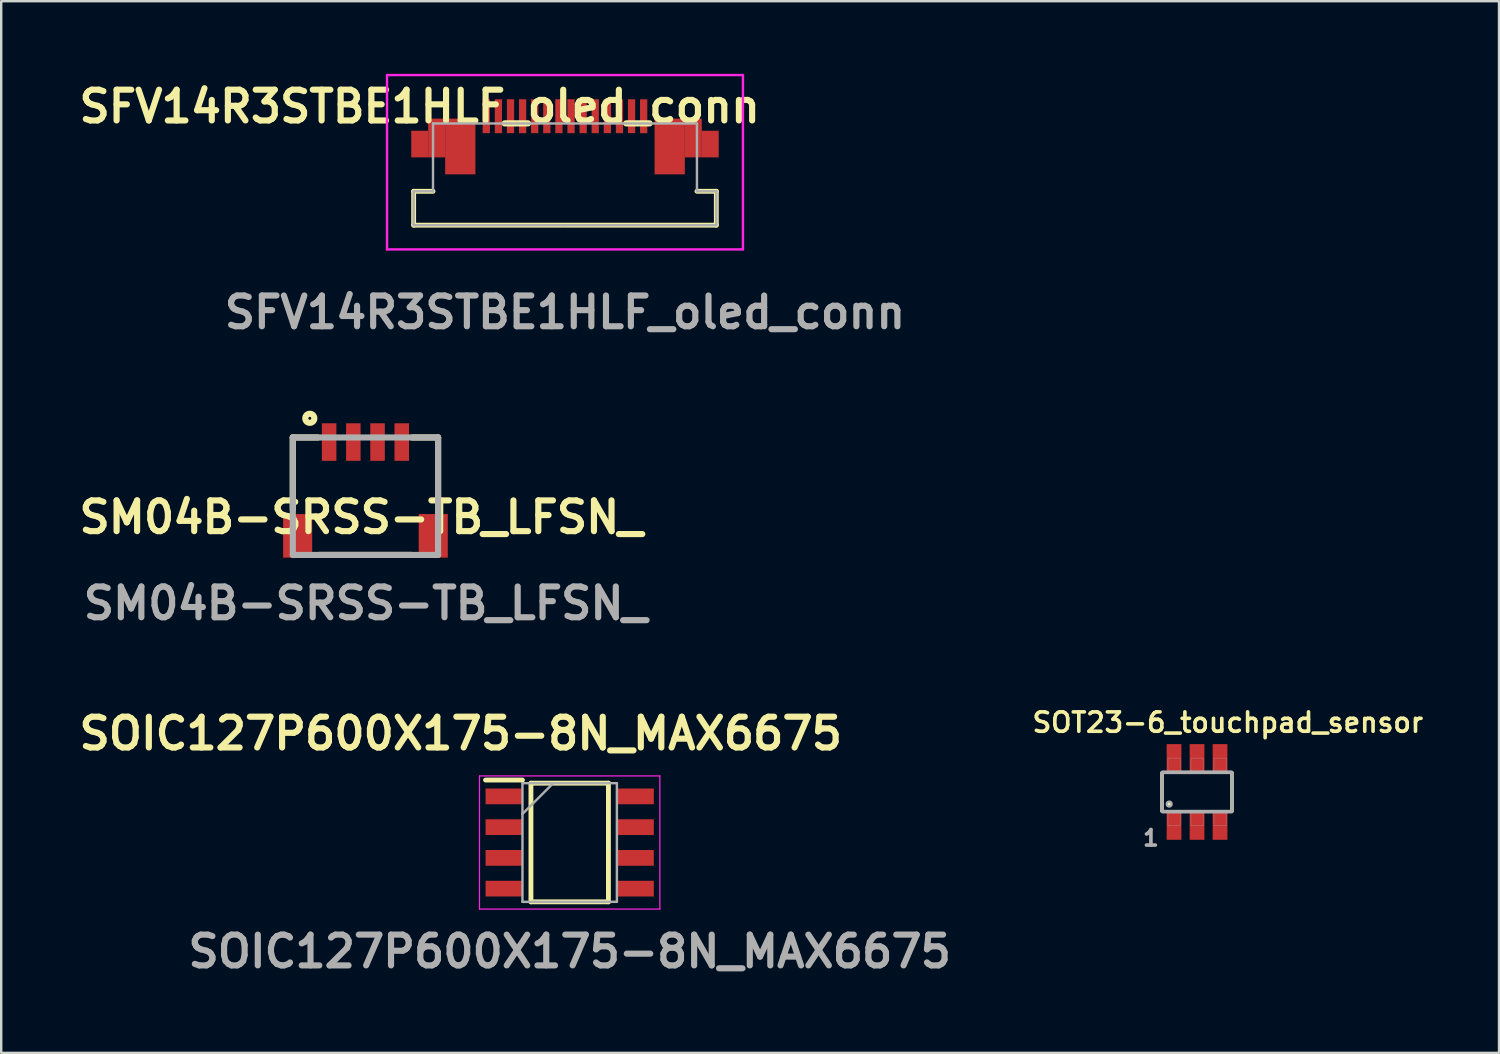
<source format=kicad_pcb>
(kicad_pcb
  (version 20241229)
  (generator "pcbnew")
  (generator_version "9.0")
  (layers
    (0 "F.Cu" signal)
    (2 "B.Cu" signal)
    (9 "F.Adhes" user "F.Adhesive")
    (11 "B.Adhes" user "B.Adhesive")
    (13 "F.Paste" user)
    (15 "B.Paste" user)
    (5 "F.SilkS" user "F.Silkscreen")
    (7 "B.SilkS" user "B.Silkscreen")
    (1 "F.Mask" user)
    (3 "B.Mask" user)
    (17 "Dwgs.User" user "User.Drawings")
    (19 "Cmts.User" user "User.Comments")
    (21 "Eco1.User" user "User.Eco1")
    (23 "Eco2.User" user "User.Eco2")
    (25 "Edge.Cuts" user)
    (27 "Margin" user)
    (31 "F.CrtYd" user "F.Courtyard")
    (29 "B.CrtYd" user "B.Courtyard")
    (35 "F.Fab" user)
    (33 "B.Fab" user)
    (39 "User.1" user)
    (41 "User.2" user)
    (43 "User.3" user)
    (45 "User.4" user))
  (footprint "SOIC127P600X175-8N_MAX6675"
    (layer "F.Cu")
    (at 20.478 31.746)
    (property "Reference" "SOIC127P600X175-8N_MAX6675" (at -4.5 -4.5 0) (layer "F.SilkS") (effects (font (size 1.27 1.27) (thickness 0.254))))
    (attr smd)
    (fp_line (start -3.475 -2.58) (end -1.95 -2.58) (stroke (width 0.2) (type solid)) (layer "F.SilkS"))
    (fp_line (start -1.6 -2.45) (end 1.6 -2.45) (stroke (width 0.2) (type solid)) (layer "F.SilkS"))
    (fp_line (start -1.6 2.45) (end -1.6 -2.45) (stroke (width 0.2) (type solid)) (layer "F.SilkS"))
    (fp_line (start 1.6 -2.45) (end 1.6 2.45) (stroke (width 0.2) (type solid)) (layer "F.SilkS"))
    (fp_line (start 1.6 2.45) (end -1.6 2.45) (stroke (width 0.2) (type solid)) (layer "F.SilkS"))
    (fp_line (start -3.725 -2.75) (end 3.725 -2.75) (stroke (width 0.05) (type solid)) (layer "F.CrtYd"))
    (fp_line (start -3.725 2.75) (end -3.725 -2.75) (stroke (width 0.05) (type solid)) (layer "F.CrtYd"))
    (fp_line (start 3.725 -2.75) (end 3.725 2.75) (stroke (width 0.05) (type solid)) (layer "F.CrtYd"))
    (fp_line (start 3.725 2.75) (end -3.725 2.75) (stroke (width 0.05) (type solid)) (layer "F.CrtYd"))
    (fp_line (start -1.95 -2.45) (end 1.95 -2.45) (stroke (width 0.1) (type solid)) (layer "F.Fab"))
    (fp_line (start -1.95 -1.18) (end -0.68 -2.45) (stroke (width 0.1) (type solid)) (layer "F.Fab"))
    (fp_line (start -1.95 2.45) (end -1.95 -2.45) (stroke (width 0.1) (type solid)) (layer "F.Fab"))
    (fp_line (start 1.95 -2.45) (end 1.95 2.45) (stroke (width 0.1) (type solid)) (layer "F.Fab"))
    (fp_line (start 1.95 2.45) (end -1.95 2.45) (stroke (width 0.1) (type solid)) (layer "F.Fab"))
    (fp_text user "${REFERENCE}" (at 0 4.5 0) (layer "F.Fab") (effects (font (size 1.27 1.27) (thickness 0.254))))
    (pad "1" smd rect (at -2.712 -1.905 90) (size 0.65 1.525) (layers "F.Cu" "F.Mask" "F.Paste"))
    (pad "2" smd rect (at -2.712 -0.635 90) (size 0.65 1.525) (layers "F.Cu" "F.Mask" "F.Paste"))
    (pad "3" smd rect (at -2.712 0.635 90) (size 0.65 1.525) (layers "F.Cu" "F.Mask" "F.Paste"))
    (pad "4" smd rect (at -2.712 1.905 90) (size 0.65 1.525) (layers "F.Cu" "F.Mask" "F.Paste"))
    (pad "5" smd rect (at 2.712 1.905 90) (size 0.65 1.525) (layers "F.Cu" "F.Mask" "F.Paste"))
    (pad "6" smd rect (at 2.712 0.635 90) (size 0.65 1.525) (layers "F.Cu" "F.Mask" "F.Paste"))
    (pad "7" smd rect (at 2.712 -0.635 90) (size 0.65 1.525) (layers "F.Cu" "F.Mask" "F.Paste"))
    (pad "8" smd rect (at 2.712 -1.905 90) (size 0.65 1.525) (layers "F.Cu" "F.Mask" "F.Paste")))
  (footprint "SM04B-SRSS-TB_LFSN_"
    (layer "F.Cu")
    (at 9.043 19.868)
    (property "Reference" "SM04B-SRSS-TB_LFSN_" (at 2.822 -1.556 0) (layer "F.SilkS") (effects (font (size 1.27 1.27) (thickness 0.254))))
    (attr smd)
    (fp_line (start 0 -4.85) (end 0 -1.87) (stroke (width 0.254) (type solid)) (layer "F.SilkS"))
    (fp_line (start 0 -4.85) (end 1.029 -4.85) (stroke (width 0.254) (type solid)) (layer "F.SilkS"))
    (fp_line (start 1.094 0) (end 4.903 0) (stroke (width 0.254) (type solid)) (layer "F.SilkS"))
    (fp_line (start 6 -4.85) (end 4.937 -4.85) (stroke (width 0.254) (type solid)) (layer "F.SilkS"))
    (fp_line (start 6 -4.85) (end 6 -1.87) (stroke (width 0.254) (type solid)) (layer "F.SilkS"))
    (fp_circle (center 0.702 -5.642) (end 0.702 -5.582) (stroke (width 0.254) (type solid)) (fill no) (layer "F.SilkS"))
    (fp_line (start 0 -4.85) (end 6 -4.85) (stroke (width 0.254) (type solid)) (layer "F.Fab"))
    (fp_line (start 0 0) (end 0 -4.85) (stroke (width 0.254) (type solid)) (layer "F.Fab"))
    (fp_line (start 6 -4.85) (end 6 0) (stroke (width 0.254) (type solid)) (layer "F.Fab"))
    (fp_line (start 6 0) (end 0 0) (stroke (width 0.254) (type solid)) (layer "F.Fab"))
    (fp_text user "${REFERENCE}" (at 2.998 2 0) (layer "F.Fab") (effects (font (size 1.27 1.27) (thickness 0.254))))
    (pad "1" smd rect (at 1.5 -4.661) (size 0.6 1.55) (layers "F.Cu" "F.Mask" "F.Paste"))
    (pad "2" smd rect (at 2.5 -4.661) (size 0.6 1.55) (layers "F.Cu" "F.Mask" "F.Paste"))
    (pad "3" smd rect (at 3.5 -4.661) (size 0.6 1.55) (layers "F.Cu" "F.Mask" "F.Paste"))
    (pad "4" smd rect (at 4.5 -4.661) (size 0.6 1.55) (layers "F.Cu" "F.Mask" "F.Paste"))
    (pad "5" smd rect (at 0.2 -0.786) (size 1.2 1.8) (layers "F.Cu" "F.Mask" "F.Paste"))
    (pad "6" smd rect (at 5.8 -0.786) (size 1.2 1.8) (layers "F.Cu" "F.Mask" "F.Paste")))
  (footprint "SOT23-6_touchpad_sensor"
    (layer "F.Cu")
    (at 46.388 29.658)
    (property "Reference" "SOT23-6_touchpad_sensor" (at 1.27 -2.87 0) (layer "F.SilkS") (effects (font (size 0.8 0.8) (thickness 0.15))))
    (attr smd)
    (fp_line (start -1.448 0.781) (end -1.448 -0.781) (stroke (width 0.152) (type solid)) (layer "F.SilkS"))
    (fp_line (start 1.448 -0.781) (end 1.448 0.781) (stroke (width 0.152) (type solid)) (layer "F.SilkS"))
    (fp_circle (center -1.15 0.5) (end -1.05 0.5) (stroke (width 0) (type solid)) (fill yes) (layer "F.SilkS"))
    (fp_line (start -1.448 0.781) (end -1.448 -0.781) (stroke (width 0.152) (type solid)) (layer "F.Fab"))
    (fp_line (start -1.423 -0.813) (end 1.422 -0.813) (stroke (width 0.152) (type solid)) (layer "F.Fab"))
    (fp_line (start 1.422 0.813) (end -1.423 0.813) (stroke (width 0.152) (type solid)) (layer "F.Fab"))
    (fp_line (start 1.448 0.781) (end 1.448 -0.781) (stroke (width 0.152) (type solid)) (layer "F.Fab"))
    (fp_circle (center -1.15 0.5) (end -1.05 0.5) (stroke (width 0.1) (type solid)) (fill no) (layer "F.Fab"))
    (fp_poly (pts (xy -1.2 -1.4) (xy -0.7 -1.4) (xy -0.7 -0.8) (xy -1.2 -0.8)) (stroke (width 0.01) (type solid)) (fill no) (layer "F.Fab"))
    (fp_poly (pts (xy -1.2 0.8) (xy -0.7 0.8) (xy -0.7 1.4) (xy -1.2 1.4)) (stroke (width 0.01) (type solid)) (fill no) (layer "F.Fab"))
    (fp_poly (pts (xy -0.25 -1.4) (xy 0.25 -1.4) (xy 0.25 -0.8) (xy -0.25 -0.8)) (stroke (width 0.01) (type solid)) (fill no) (layer "F.Fab"))
    (fp_poly (pts (xy -0.25 0.8) (xy 0.25 0.8) (xy 0.25 1.4) (xy -0.25 1.4)) (stroke (width 0.01) (type solid)) (fill no) (layer "F.Fab"))
    (fp_poly (pts (xy 0.7 -1.4) (xy 1.2 -1.4) (xy 1.2 -0.8) (xy 0.7 -0.8)) (stroke (width 0.01) (type solid)) (fill no) (layer "F.Fab"))
    (fp_poly (pts (xy 0.7 0.8) (xy 1.2 0.8) (xy 1.2 1.4) (xy 0.7 1.4)) (stroke (width 0.01) (type solid)) (fill no) (layer "F.Fab"))
    (fp_text user "1" (at -1.905 1.905 0) (layer "F.Fab") (effects (font (size 0.64 0.64) (thickness 0.15))))
    (pad "1" smd rect (at -0.95 1.404) (size 0.61 1.143) (layers "F.Cu" "F.Mask" "F.Paste"))
    (pad "2" smd rect (at 0 1.404) (size 0.61 1.143) (layers "F.Cu" "F.Mask" "F.Paste"))
    (pad "3" smd rect (at 0.95 1.404) (size 0.61 1.143) (layers "F.Cu" "F.Mask" "F.Paste"))
    (pad "4" smd rect (at 0.95 -1.404) (size 0.61 1.143) (layers "F.Cu" "F.Mask" "F.Paste"))
    (pad "5" smd rect (at 0 -1.404) (size 0.61 1.143) (layers "F.Cu" "F.Mask" "F.Paste"))
    (pad "6" smd rect (at -0.95 -1.404) (size 0.61 1.143) (layers "F.Cu" "F.Mask" "F.Paste")))
  (footprint "SFV14R3STBE1HLF_oled_conn"
    (layer "F.Cu")
    (at 20.284 1.85)
    (property "Reference" "SFV14R3STBE1HLF_oled_conn" (at -6 -0.5 0) (layer "F.SilkS") (effects (font (size 1.27 1.27) (thickness 0.254))))
    (attr smd)
    (fp_line (start -6.25 3) (end -6.25 4.4) (stroke (width 0.2) (type solid)) (layer "F.SilkS"))
    (fp_line (start -6.25 4.4) (end 6.25 4.4) (stroke (width 0.2) (type solid)) (layer "F.SilkS"))
    (fp_line (start -5.45 3) (end -6.25 3) (stroke (width 0.2) (type solid)) (layer "F.SilkS"))
    (fp_line (start -3.25 -1.25) (end -3.25 -1.25) (stroke (width 0.1) (type solid)) (layer "F.SilkS"))
    (fp_line (start -3.25 -1.15) (end -3.25 -1.15) (stroke (width 0.1) (type solid)) (layer "F.SilkS"))
    (fp_line (start 6.25 3) (end 5.45 3) (stroke (width 0.2) (type solid)) (layer "F.SilkS"))
    (fp_line (start 6.25 4.4) (end 6.25 3) (stroke (width 0.2) (type solid)) (layer "F.SilkS"))
    (fp_arc (start -3.25 -1.25) (mid -3.2 -1.2) (end -3.25 -1.15) (stroke (width 0.1) (type solid)) (layer "F.SilkS"))
    (fp_arc (start -3.25 -1.15) (mid -3.3 -1.2) (end -3.25 -1.25) (stroke (width 0.1) (type solid)) (layer "F.SilkS"))
    (fp_line (start -7.35 -1.8) (end 7.35 -1.8) (stroke (width 0.1) (type solid)) (layer "F.CrtYd"))
    (fp_line (start -7.35 5.4) (end -7.35 -1.8) (stroke (width 0.1) (type solid)) (layer "F.CrtYd"))
    (fp_line (start 7.35 -1.8) (end 7.35 5.4) (stroke (width 0.1) (type solid)) (layer "F.CrtYd"))
    (fp_line (start 7.35 5.4) (end -7.35 5.4) (stroke (width 0.1) (type solid)) (layer "F.CrtYd"))
    (fp_line (start -6.25 3) (end -6.25 4.4) (stroke (width 0.1) (type solid)) (layer "F.Fab"))
    (fp_line (start -6.25 4.4) (end 0 4.4) (stroke (width 0.1) (type solid)) (layer "F.Fab"))
    (fp_line (start -5.45 0.2) (end -5.45 3) (stroke (width 0.1) (type solid)) (layer "F.Fab"))
    (fp_line (start -5.45 3) (end -6.25 3) (stroke (width 0.1) (type solid)) (layer "F.Fab"))
    (fp_line (start 0 4.4) (end 6.25 4.4) (stroke (width 0.1) (type solid)) (layer "F.Fab"))
    (fp_line (start 5.45 0.2) (end -5.45 0.2) (stroke (width 0.1) (type solid)) (layer "F.Fab"))
    (fp_line (start 5.45 3) (end 5.45 0.2) (stroke (width 0.1) (type solid)) (layer "F.Fab"))
    (fp_line (start 6.25 3) (end 5.45 3) (stroke (width 0.1) (type solid)) (layer "F.Fab"))
    (fp_line (start 6.25 4.4) (end 6.25 3) (stroke (width 0.1) (type solid)) (layer "F.Fab"))
    (fp_text user "${REFERENCE}" (at 0 8 0) (layer "F.Fab") (effects (font (size 1.27 1.27) (thickness 0.254))))
    (pad "1" smd rect (at -3.25 -0.1) (size 0.3 1.4) (layers "F.Cu" "F.Mask" "F.Paste"))
    (pad "2" smd rect (at -2.75 -0.1) (size 0.3 1.4) (layers "F.Cu" "F.Mask" "F.Paste"))
    (pad "3" smd rect (at -2.25 -0.1) (size 0.3 1.4) (layers "F.Cu" "F.Mask" "F.Paste"))
    (pad "4" smd rect (at -1.75 -0.1) (size 0.3 1.4) (layers "F.Cu" "F.Mask" "F.Paste"))
    (pad "5" smd rect (at -1.25 -0.1) (size 0.3 1.4) (layers "F.Cu" "F.Mask" "F.Paste"))
    (pad "6" smd rect (at -0.75 -0.1) (size 0.3 1.4) (layers "F.Cu" "F.Mask" "F.Paste"))
    (pad "7" smd rect (at -0.25 -0.1) (size 0.3 1.4) (layers "F.Cu" "F.Mask" "F.Paste"))
    (pad "8" smd rect (at 0.25 -0.1) (size 0.3 1.4) (layers "F.Cu" "F.Mask" "F.Paste"))
    (pad "9" smd rect (at 0.75 -0.1) (size 0.3 1.4) (layers "F.Cu" "F.Mask" "F.Paste"))
    (pad "10" smd rect (at 1.25 -0.1) (size 0.3 1.4) (layers "F.Cu" "F.Mask" "F.Paste"))
    (pad "11" smd rect (at 1.75 -0.1) (size 0.3 1.4) (layers "F.Cu" "F.Mask" "F.Paste"))
    (pad "12" smd rect (at 2.25 -0.1) (size 0.3 1.4) (layers "F.Cu" "F.Mask" "F.Paste"))
    (pad "13" smd rect (at 2.75 -0.1) (size 0.3 1.4) (layers "F.Cu" "F.Mask" "F.Paste"))
    (pad "14" smd rect (at 3.25 -0.1) (size 0.3 1.4) (layers "F.Cu" "F.Mask" "F.Paste"))
    (pad "15" smd rect (at 6 1.05) (size 0.7 1.1) (layers "F.Cu" "F.Mask" "F.Paste"))
    (pad "16" smd rect (at -6 1.05) (size 0.7 1.1) (layers "F.Cu" "F.Mask" "F.Paste"))
    (pad "17" smd rect (at -5.3 0.8) (size 0.7 1.6) (layers "F.Cu" "F.Mask" "F.Paste"))
    (pad "18" smd rect (at -4.325 1.15) (size 1.25 2.3) (layers "F.Cu" "F.Mask" "F.Paste"))
    (pad "19" smd rect (at 5.3 0.8) (size 0.7 1.6) (layers "F.Cu" "F.Mask" "F.Paste"))
    (pad "20" smd rect (at 4.325 1.15) (size 1.25 2.3) (layers "F.Cu" "F.Mask" "F.Paste")))
  (gr_rect
    (start -3 -3)
    (end 58.86 40.434)
    (stroke (width 0.1) (type default))
    (fill no)
    (layer "Edge.Cuts")))
</source>
